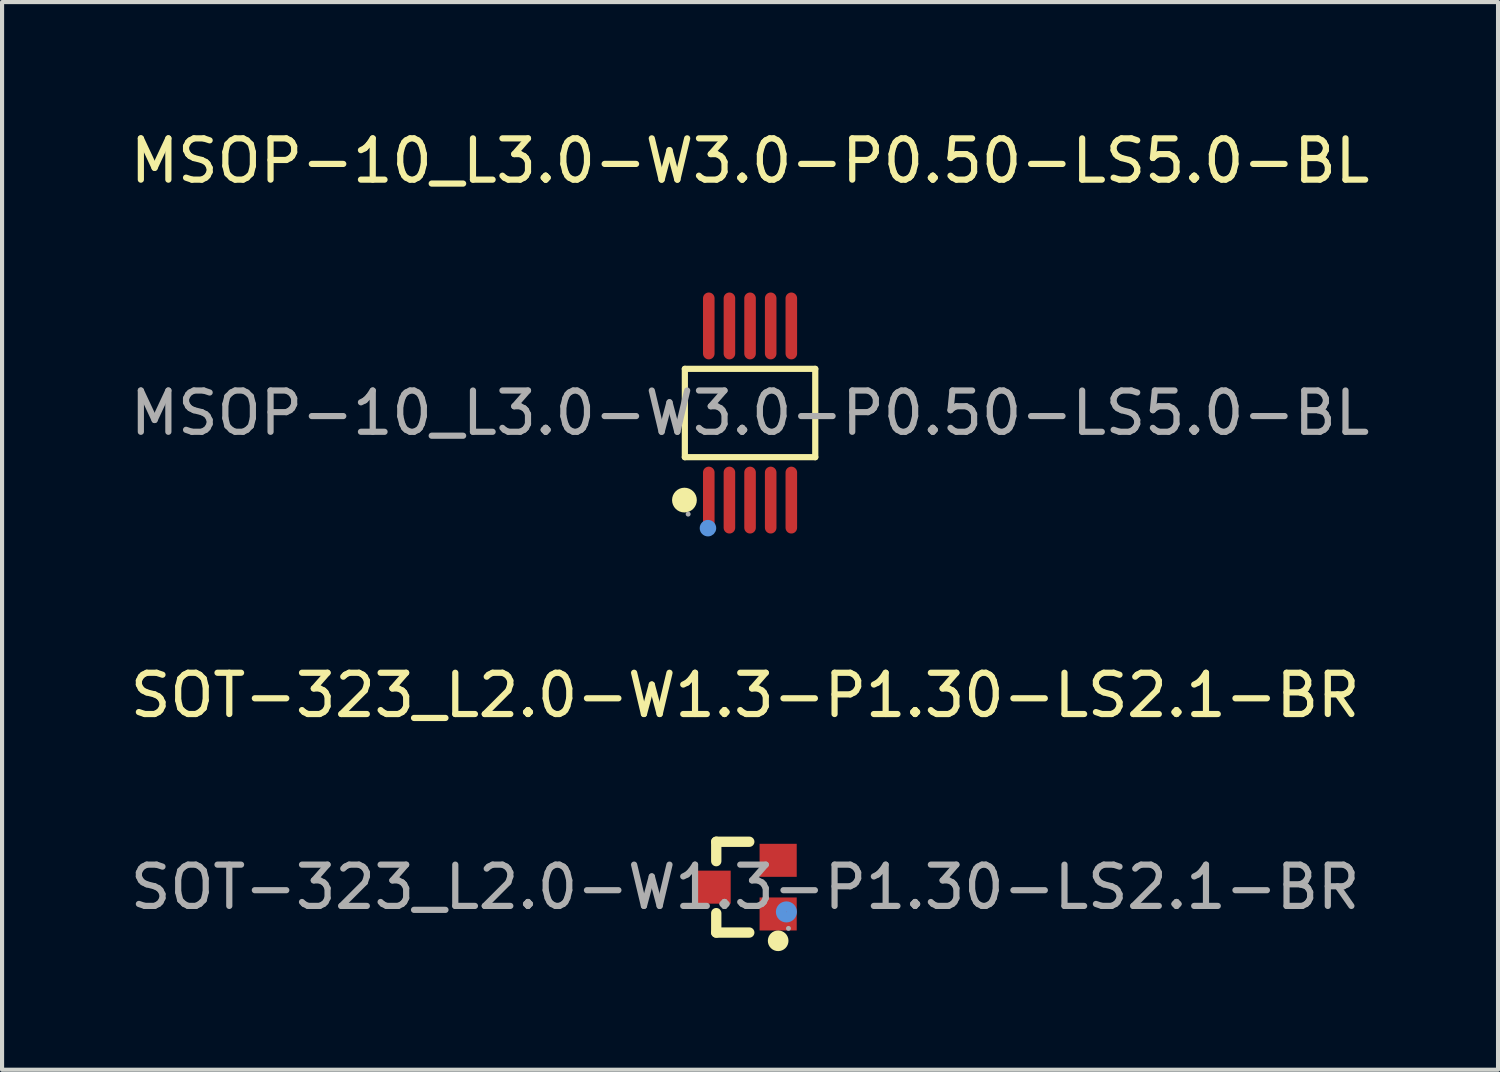
<source format=kicad_pcb>
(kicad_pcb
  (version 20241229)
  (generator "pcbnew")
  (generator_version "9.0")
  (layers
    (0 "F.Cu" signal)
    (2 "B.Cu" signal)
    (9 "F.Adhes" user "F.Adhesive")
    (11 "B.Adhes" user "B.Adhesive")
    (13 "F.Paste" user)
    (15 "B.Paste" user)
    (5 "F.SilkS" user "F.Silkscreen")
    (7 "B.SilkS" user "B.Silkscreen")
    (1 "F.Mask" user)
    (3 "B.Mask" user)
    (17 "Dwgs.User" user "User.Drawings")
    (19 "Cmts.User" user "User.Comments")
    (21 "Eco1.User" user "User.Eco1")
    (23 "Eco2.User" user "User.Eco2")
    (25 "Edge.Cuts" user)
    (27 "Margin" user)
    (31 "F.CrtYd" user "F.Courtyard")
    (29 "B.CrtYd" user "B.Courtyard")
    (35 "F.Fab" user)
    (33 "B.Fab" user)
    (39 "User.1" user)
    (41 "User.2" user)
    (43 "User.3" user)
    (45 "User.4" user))
  (footprint "MSOP-10_L3.0-W3.0-P0.50-LS5.0-BL"
    (layer "F.Cu")
    (at 15.125 6.958)
    (property "Reference" "MSOP-10_L3.0-W3.0-P0.50-LS5.0-BL" (at 0 -6.11 0) (layer "F.SilkS") (effects (font (size 1 1) (thickness 0.15))))
    (attr smd)
    (fp_line (start -1.58 -1.07) (end 1.58 -1.07) (stroke (width 0.15) (type solid)) (layer "F.SilkS"))
    (fp_line (start -1.58 1.07) (end -1.58 -1.07) (stroke (width 0.15) (type solid)) (layer "F.SilkS"))
    (fp_line (start 1.58 -1.07) (end 1.58 1.07) (stroke (width 0.15) (type solid)) (layer "F.SilkS"))
    (fp_line (start 1.58 1.07) (end -1.58 1.07) (stroke (width 0.15) (type solid)) (layer "F.SilkS"))
    (fp_circle (center -1.59 2.11) (end -1.44 2.11) (stroke (width 0.3) (type solid)) (fill no) (layer "F.SilkS"))
    (fp_circle (center -1.02 2.79) (end -0.92 2.79) (stroke (width 0.2) (type solid)) (fill no) (layer "Cmts.User"))
    (fp_circle (center -1.5 2.45) (end -1.47 2.45) (stroke (width 0.06) (type solid)) (fill no) (layer "F.Fab"))
    (fp_text user "${REFERENCE}" (at 0 0 0) (layer "F.Fab") (effects (font (size 1 1) (thickness 0.15))))
    (pad "1" smd oval (at -1 2.11) (size 0.28 1.62) (layers "F.Cu" "F.Mask" "F.Paste"))
    (pad "2" smd oval (at -0.5 2.11) (size 0.28 1.62) (layers "F.Cu" "F.Mask" "F.Paste"))
    (pad "3" smd oval (at 0 2.11) (size 0.28 1.62) (layers "F.Cu" "F.Mask" "F.Paste"))
    (pad "4" smd oval (at 0.5 2.11) (size 0.28 1.62) (layers "F.Cu" "F.Mask" "F.Paste"))
    (pad "5" smd oval (at 1 2.11) (size 0.28 1.62) (layers "F.Cu" "F.Mask" "F.Paste"))
    (pad "6" smd oval (at 1 -2.11) (size 0.28 1.62) (layers "F.Cu" "F.Mask" "F.Paste"))
    (pad "7" smd oval (at 0.5 -2.11) (size 0.28 1.62) (layers "F.Cu" "F.Mask" "F.Paste"))
    (pad "8" smd oval (at 0 -2.11) (size 0.28 1.62) (layers "F.Cu" "F.Mask" "F.Paste"))
    (pad "9" smd oval (at -0.5 -2.11) (size 0.28 1.62) (layers "F.Cu" "F.Mask" "F.Paste"))
    (pad "10" smd oval (at -1 -2.11) (size 0.28 1.62) (layers "F.Cu" "F.Mask" "F.Paste")))
  (footprint "SOT-323_L2.0-W1.3-P1.30-LS2.1-BR"
    (layer "F.Cu")
    (at 15.006 18.447)
    (property "Reference" "SOT-323_L2.0-W1.3-P1.30-LS2.1-BR" (at 0 -4.65 0) (layer "F.SilkS") (effects (font (size 1 1) (thickness 0.15))))
    (attr smd)
    (fp_line (start -0.7 -1.1) (end 0.1 -1.1) (stroke (width 0.25) (type solid)) (layer "F.SilkS"))
    (fp_line (start -0.7 -0.63) (end -0.7 -1.1) (stroke (width 0.25) (type solid)) (layer "F.SilkS"))
    (fp_line (start -0.7 1.1) (end -0.7 0.63) (stroke (width 0.25) (type solid)) (layer "F.SilkS"))
    (fp_line (start -0.7 1.1) (end 0.1 1.1) (stroke (width 0.25) (type solid)) (layer "F.SilkS"))
    (fp_arc (start 0.8 1.3) (mid 0.8 1.3) (end 0.8 1.3) (stroke (width 0.25) (type solid)) (layer "F.SilkS"))
    (fp_circle (center 1 0.6) (end 1.13 0.6) (stroke (width 0.25) (type solid)) (fill no) (layer "Cmts.User"))
    (fp_circle (center 1.05 1) (end 1.08 1) (stroke (width 0.06) (type solid)) (fill no) (layer "F.Fab"))
    (fp_text user "${REFERENCE}" (at 0 0 0) (layer "F.Fab") (effects (font (size 1 1) (thickness 0.15))))
    (pad "1" smd rect (at 0.8 0.65 90) (size 0.8 0.9) (layers "F.Cu" "F.Mask" "F.Paste"))
    (pad "2" smd rect (at 0.8 -0.65 90) (size 0.8 0.9) (layers "F.Cu" "F.Mask" "F.Paste"))
    (pad "3" smd rect (at -0.8 0 90) (size 0.8 0.9) (layers "F.Cu" "F.Mask" "F.Paste")))
  (gr_rect
    (start -3 -3)
    (end 33.25 22.872)
    (stroke (width 0.1) (type default))
    (fill no)
    (layer "Edge.Cuts")))
</source>
